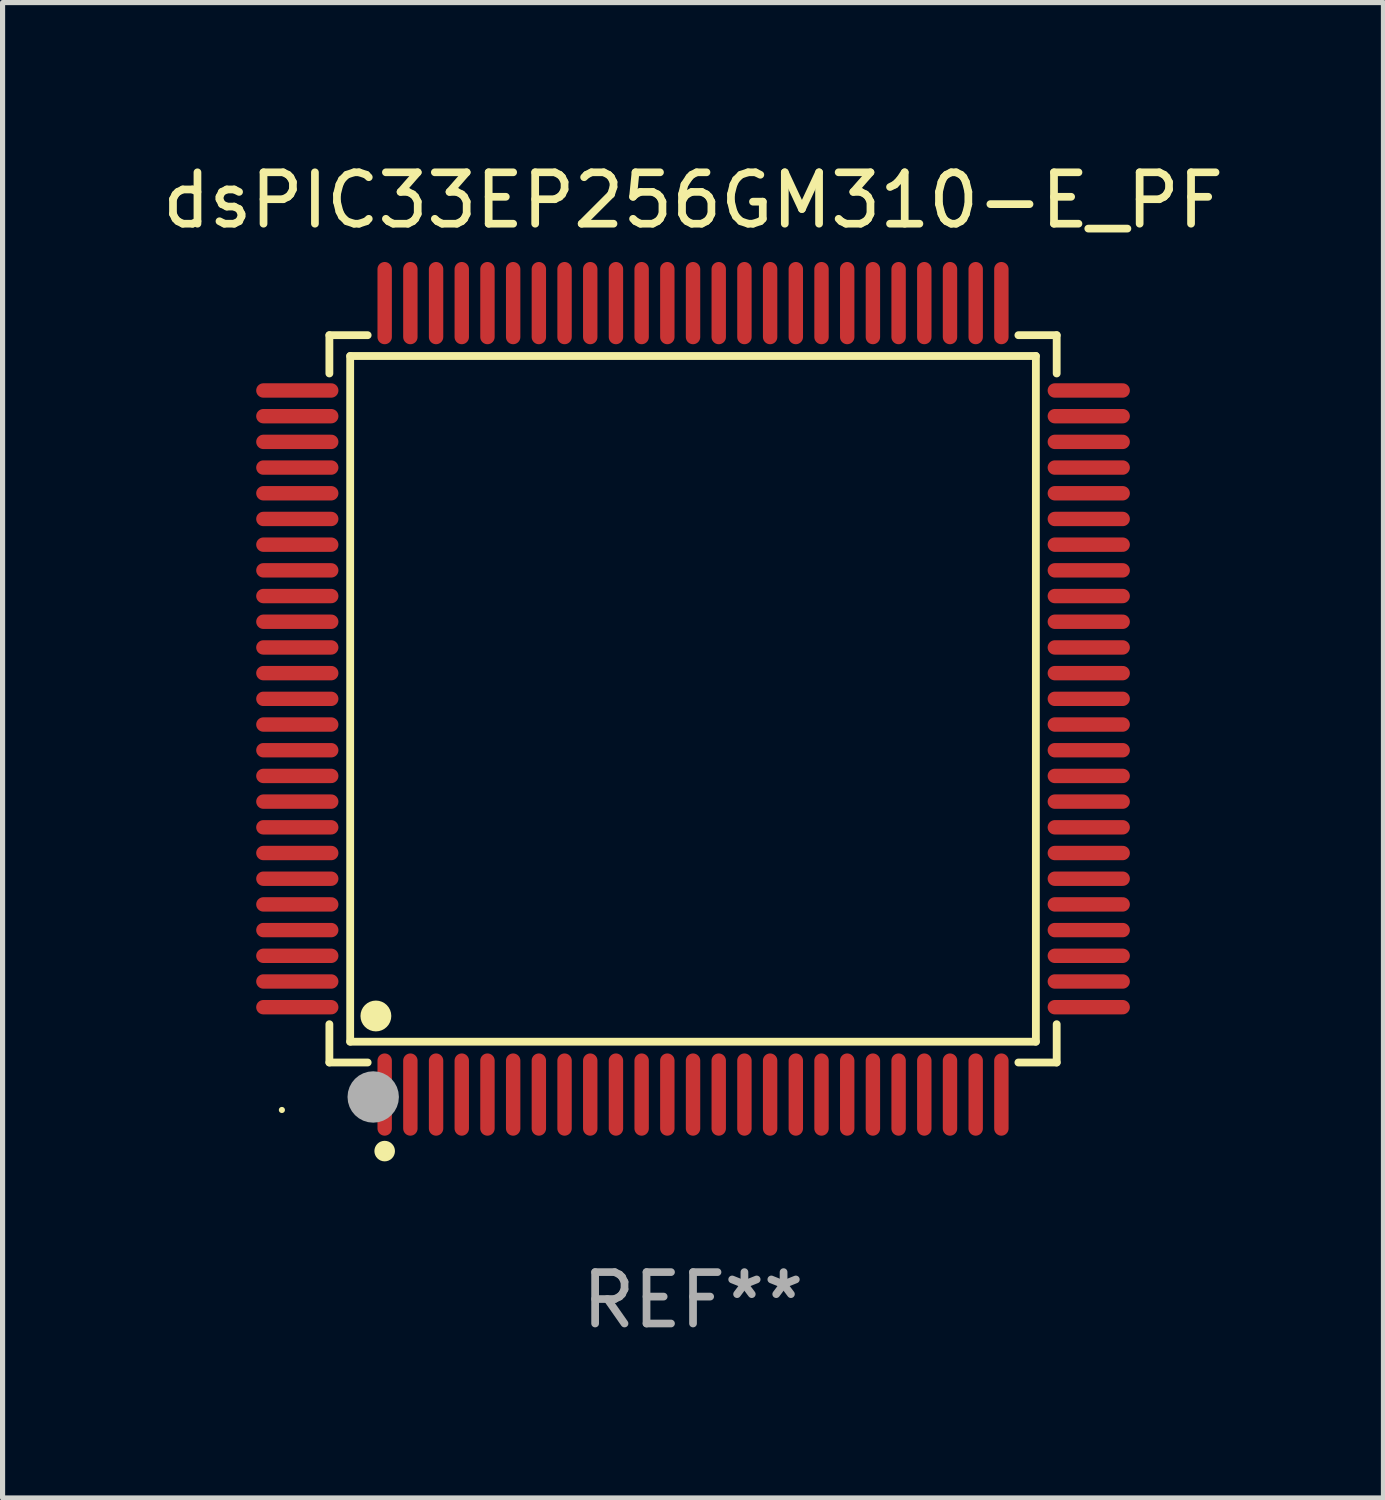
<source format=kicad_pcb>
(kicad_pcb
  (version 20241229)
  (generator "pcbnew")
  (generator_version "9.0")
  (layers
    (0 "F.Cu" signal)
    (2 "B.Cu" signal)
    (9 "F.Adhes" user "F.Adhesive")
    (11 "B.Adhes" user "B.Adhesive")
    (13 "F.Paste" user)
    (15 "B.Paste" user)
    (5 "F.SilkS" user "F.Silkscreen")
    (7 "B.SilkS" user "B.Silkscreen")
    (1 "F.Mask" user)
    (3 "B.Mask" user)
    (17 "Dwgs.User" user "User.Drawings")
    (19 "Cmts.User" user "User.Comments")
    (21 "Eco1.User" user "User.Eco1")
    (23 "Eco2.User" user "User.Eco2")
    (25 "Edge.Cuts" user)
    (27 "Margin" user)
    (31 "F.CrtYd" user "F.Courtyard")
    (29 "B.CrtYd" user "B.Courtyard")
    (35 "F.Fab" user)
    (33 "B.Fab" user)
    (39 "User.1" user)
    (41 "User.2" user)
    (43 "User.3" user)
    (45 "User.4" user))
  (footprint "dsPIC33EP256GM310-E_PF"
    (layer "F.Cu")
    (at 10.435 10.548)
    (property "Reference" "dsPIC33EP256GM310-E_PF" (at 0 -9.7 0) (layer "F.SilkS") (effects (font (size 1 1) (thickness 0.15))))
    (attr through_hole)
    (fp_line (start -7.076 -7.076) (end -6.331 -7.076) (stroke (width 0.152) (type solid)) (layer "F.SilkS"))
    (fp_line (start -7.076 -6.331) (end -7.076 -7.076) (stroke (width 0.152) (type solid)) (layer "F.SilkS"))
    (fp_line (start -7.076 6.331) (end -7.076 7.076) (stroke (width 0.152) (type solid)) (layer "F.SilkS"))
    (fp_line (start -7.076 7.076) (end -6.331 7.076) (stroke (width 0.152) (type solid)) (layer "F.SilkS"))
    (fp_line (start -6.671 -6.671) (end 6.671 -6.671) (stroke (width 0.152) (type solid)) (layer "F.SilkS"))
    (fp_line (start -6.671 6.671) (end -6.671 -6.671) (stroke (width 0.152) (type solid)) (layer "F.SilkS"))
    (fp_line (start 6.671 -6.671) (end 6.671 6.671) (stroke (width 0.152) (type solid)) (layer "F.SilkS"))
    (fp_line (start 6.671 6.671) (end -6.671 6.671) (stroke (width 0.152) (type solid)) (layer "F.SilkS"))
    (fp_line (start 7.076 -7.076) (end 6.331 -7.076) (stroke (width 0.152) (type solid)) (layer "F.SilkS"))
    (fp_line (start 7.076 -6.331) (end 7.076 -7.076) (stroke (width 0.152) (type solid)) (layer "F.SilkS"))
    (fp_line (start 7.076 6.331) (end 7.076 7.076) (stroke (width 0.152) (type solid)) (layer "F.SilkS"))
    (fp_line (start 7.076 7.076) (end 6.331 7.076) (stroke (width 0.152) (type solid)) (layer "F.SilkS"))
    (fp_circle (center -8 8) (end -7.97 8) (stroke (width 0.06) (type solid)) (fill no) (layer "F.SilkS"))
    (fp_circle (center -6.171 6.171) (end -6.021 6.171) (stroke (width 0.3) (type solid)) (fill no) (layer "F.SilkS"))
    (fp_circle (center -6 8.8) (end -5.9 8.8) (stroke (width 0.2) (type solid)) (fill no) (layer "F.SilkS"))
    (fp_circle (center -6.223 7.747) (end -5.973 7.747) (stroke (width 0.5) (type solid)) (fill no) (layer "F.Fab"))
    (fp_text user "REF**" (at 0 11.7 0) (layer "F.Fab") (effects (font (size 1 1) (thickness 0.15))))
    (pad "1" smd oval (at -6 7.7) (size 0.28 1.6) (layers "F.Cu" "F.Mask" "F.Paste"))
    (pad "2" smd oval (at -5.5 7.7) (size 0.28 1.6) (layers "F.Cu" "F.Mask" "F.Paste"))
    (pad "3" smd oval (at -5 7.7) (size 0.28 1.6) (layers "F.Cu" "F.Mask" "F.Paste"))
    (pad "4" smd oval (at -4.5 7.7) (size 0.28 1.6) (layers "F.Cu" "F.Mask" "F.Paste"))
    (pad "5" smd oval (at -4 7.7) (size 0.28 1.6) (layers "F.Cu" "F.Mask" "F.Paste"))
    (pad "6" smd oval (at -3.5 7.7) (size 0.28 1.6) (layers "F.Cu" "F.Mask" "F.Paste"))
    (pad "7" smd oval (at -3 7.7) (size 0.28 1.6) (layers "F.Cu" "F.Mask" "F.Paste"))
    (pad "8" smd oval (at -2.5 7.7) (size 0.28 1.6) (layers "F.Cu" "F.Mask" "F.Paste"))
    (pad "9" smd oval (at -2 7.7) (size 0.28 1.6) (layers "F.Cu" "F.Mask" "F.Paste"))
    (pad "10" smd oval (at -1.5 7.7) (size 0.28 1.6) (layers "F.Cu" "F.Mask" "F.Paste"))
    (pad "11" smd oval (at -1 7.7) (size 0.28 1.6) (layers "F.Cu" "F.Mask" "F.Paste"))
    (pad "12" smd oval (at -0.5 7.7) (size 0.28 1.6) (layers "F.Cu" "F.Mask" "F.Paste"))
    (pad "13" smd oval (at 0 7.7) (size 0.28 1.6) (layers "F.Cu" "F.Mask" "F.Paste"))
    (pad "14" smd oval (at 0.5 7.7) (size 0.28 1.6) (layers "F.Cu" "F.Mask" "F.Paste"))
    (pad "15" smd oval (at 1 7.7) (size 0.28 1.6) (layers "F.Cu" "F.Mask" "F.Paste"))
    (pad "16" smd oval (at 1.5 7.7) (size 0.28 1.6) (layers "F.Cu" "F.Mask" "F.Paste"))
    (pad "17" smd oval (at 2 7.7) (size 0.28 1.6) (layers "F.Cu" "F.Mask" "F.Paste"))
    (pad "18" smd oval (at 2.5 7.7) (size 0.28 1.6) (layers "F.Cu" "F.Mask" "F.Paste"))
    (pad "19" smd oval (at 3 7.7) (size 0.28 1.6) (layers "F.Cu" "F.Mask" "F.Paste"))
    (pad "20" smd oval (at 3.5 7.7) (size 0.28 1.6) (layers "F.Cu" "F.Mask" "F.Paste"))
    (pad "21" smd oval (at 4 7.7) (size 0.28 1.6) (layers "F.Cu" "F.Mask" "F.Paste"))
    (pad "22" smd oval (at 4.5 7.7) (size 0.28 1.6) (layers "F.Cu" "F.Mask" "F.Paste"))
    (pad "23" smd oval (at 5 7.7) (size 0.28 1.6) (layers "F.Cu" "F.Mask" "F.Paste"))
    (pad "24" smd oval (at 5.5 7.7) (size 0.28 1.6) (layers "F.Cu" "F.Mask" "F.Paste"))
    (pad "25" smd oval (at 6 7.7) (size 0.28 1.6) (layers "F.Cu" "F.Mask" "F.Paste"))
    (pad "26" smd oval (at 7.7 6) (size 1.6 0.28) (layers "F.Cu" "F.Mask" "F.Paste"))
    (pad "27" smd oval (at 7.7 5.5) (size 1.6 0.28) (layers "F.Cu" "F.Mask" "F.Paste"))
    (pad "28" smd oval (at 7.7 5) (size 1.6 0.28) (layers "F.Cu" "F.Mask" "F.Paste"))
    (pad "29" smd oval (at 7.7 4.5) (size 1.6 0.28) (layers "F.Cu" "F.Mask" "F.Paste"))
    (pad "30" smd oval (at 7.7 4) (size 1.6 0.28) (layers "F.Cu" "F.Mask" "F.Paste"))
    (pad "31" smd oval (at 7.7 3.5) (size 1.6 0.28) (layers "F.Cu" "F.Mask" "F.Paste"))
    (pad "32" smd oval (at 7.7 3) (size 1.6 0.28) (layers "F.Cu" "F.Mask" "F.Paste"))
    (pad "33" smd oval (at 7.7 2.5) (size 1.6 0.28) (layers "F.Cu" "F.Mask" "F.Paste"))
    (pad "34" smd oval (at 7.7 2) (size 1.6 0.28) (layers "F.Cu" "F.Mask" "F.Paste"))
    (pad "35" smd oval (at 7.7 1.5) (size 1.6 0.28) (layers "F.Cu" "F.Mask" "F.Paste"))
    (pad "36" smd oval (at 7.7 1) (size 1.6 0.28) (layers "F.Cu" "F.Mask" "F.Paste"))
    (pad "37" smd oval (at 7.7 0.5) (size 1.6 0.28) (layers "F.Cu" "F.Mask" "F.Paste"))
    (pad "38" smd oval (at 7.7 0) (size 1.6 0.28) (layers "F.Cu" "F.Mask" "F.Paste"))
    (pad "39" smd oval (at 7.7 -0.5) (size 1.6 0.28) (layers "F.Cu" "F.Mask" "F.Paste"))
    (pad "40" smd oval (at 7.7 -1) (size 1.6 0.28) (layers "F.Cu" "F.Mask" "F.Paste"))
    (pad "41" smd oval (at 7.7 -1.5) (size 1.6 0.28) (layers "F.Cu" "F.Mask" "F.Paste"))
    (pad "42" smd oval (at 7.7 -2) (size 1.6 0.28) (layers "F.Cu" "F.Mask" "F.Paste"))
    (pad "43" smd oval (at 7.7 -2.5) (size 1.6 0.28) (layers "F.Cu" "F.Mask" "F.Paste"))
    (pad "44" smd oval (at 7.7 -3) (size 1.6 0.28) (layers "F.Cu" "F.Mask" "F.Paste"))
    (pad "45" smd oval (at 7.7 -3.5) (size 1.6 0.28) (layers "F.Cu" "F.Mask" "F.Paste"))
    (pad "46" smd oval (at 7.7 -4) (size 1.6 0.28) (layers "F.Cu" "F.Mask" "F.Paste"))
    (pad "47" smd oval (at 7.7 -4.5) (size 1.6 0.28) (layers "F.Cu" "F.Mask" "F.Paste"))
    (pad "48" smd oval (at 7.7 -5) (size 1.6 0.28) (layers "F.Cu" "F.Mask" "F.Paste"))
    (pad "49" smd oval (at 7.7 -5.5) (size 1.6 0.28) (layers "F.Cu" "F.Mask" "F.Paste"))
    (pad "50" smd oval (at 7.7 -6) (size 1.6 0.28) (layers "F.Cu" "F.Mask" "F.Paste"))
    (pad "51" smd oval (at 6 -7.7) (size 0.28 1.6) (layers "F.Cu" "F.Mask" "F.Paste"))
    (pad "52" smd oval (at 5.5 -7.7) (size 0.28 1.6) (layers "F.Cu" "F.Mask" "F.Paste"))
    (pad "53" smd oval (at 5 -7.7) (size 0.28 1.6) (layers "F.Cu" "F.Mask" "F.Paste"))
    (pad "54" smd oval (at 4.5 -7.7) (size 0.28 1.6) (layers "F.Cu" "F.Mask" "F.Paste"))
    (pad "55" smd oval (at 4 -7.7) (size 0.28 1.6) (layers "F.Cu" "F.Mask" "F.Paste"))
    (pad "56" smd oval (at 3.5 -7.7) (size 0.28 1.6) (layers "F.Cu" "F.Mask" "F.Paste"))
    (pad "57" smd oval (at 3 -7.7) (size 0.28 1.6) (layers "F.Cu" "F.Mask" "F.Paste"))
    (pad "58" smd oval (at 2.5 -7.7) (size 0.28 1.6) (layers "F.Cu" "F.Mask" "F.Paste"))
    (pad "59" smd oval (at 2 -7.7) (size 0.28 1.6) (layers "F.Cu" "F.Mask" "F.Paste"))
    (pad "60" smd oval (at 1.5 -7.7) (size 0.28 1.6) (layers "F.Cu" "F.Mask" "F.Paste"))
    (pad "61" smd oval (at 1 -7.7) (size 0.28 1.6) (layers "F.Cu" "F.Mask" "F.Paste"))
    (pad "62" smd oval (at 0.5 -7.7) (size 0.28 1.6) (layers "F.Cu" "F.Mask" "F.Paste"))
    (pad "63" smd oval (at 0 -7.7) (size 0.28 1.6) (layers "F.Cu" "F.Mask" "F.Paste"))
    (pad "64" smd oval (at -0.5 -7.7) (size 0.28 1.6) (layers "F.Cu" "F.Mask" "F.Paste"))
    (pad "65" smd oval (at -1 -7.7) (size 0.28 1.6) (layers "F.Cu" "F.Mask" "F.Paste"))
    (pad "66" smd oval (at -1.5 -7.7) (size 0.28 1.6) (layers "F.Cu" "F.Mask" "F.Paste"))
    (pad "67" smd oval (at -2 -7.7) (size 0.28 1.6) (layers "F.Cu" "F.Mask" "F.Paste"))
    (pad "68" smd oval (at -2.5 -7.7) (size 0.28 1.6) (layers "F.Cu" "F.Mask" "F.Paste"))
    (pad "69" smd oval (at -3 -7.7) (size 0.28 1.6) (layers "F.Cu" "F.Mask" "F.Paste"))
    (pad "70" smd oval (at -3.5 -7.7) (size 0.28 1.6) (layers "F.Cu" "F.Mask" "F.Paste"))
    (pad "71" smd oval (at -4 -7.7) (size 0.28 1.6) (layers "F.Cu" "F.Mask" "F.Paste"))
    (pad "72" smd oval (at -4.5 -7.7) (size 0.28 1.6) (layers "F.Cu" "F.Mask" "F.Paste"))
    (pad "73" smd oval (at -5 -7.7) (size 0.28 1.6) (layers "F.Cu" "F.Mask" "F.Paste"))
    (pad "74" smd oval (at -5.5 -7.7) (size 0.28 1.6) (layers "F.Cu" "F.Mask" "F.Paste"))
    (pad "75" smd oval (at -6 -7.7) (size 0.28 1.6) (layers "F.Cu" "F.Mask" "F.Paste"))
    (pad "76" smd oval (at -7.7 -6) (size 1.6 0.28) (layers "F.Cu" "F.Mask" "F.Paste"))
    (pad "77" smd oval (at -7.7 -5.5) (size 1.6 0.28) (layers "F.Cu" "F.Mask" "F.Paste"))
    (pad "78" smd oval (at -7.7 -5) (size 1.6 0.28) (layers "F.Cu" "F.Mask" "F.Paste"))
    (pad "79" smd oval (at -7.7 -4.5) (size 1.6 0.28) (layers "F.Cu" "F.Mask" "F.Paste"))
    (pad "80" smd oval (at -7.7 -4) (size 1.6 0.28) (layers "F.Cu" "F.Mask" "F.Paste"))
    (pad "81" smd oval (at -7.7 -3.5) (size 1.6 0.28) (layers "F.Cu" "F.Mask" "F.Paste"))
    (pad "82" smd oval (at -7.7 -3) (size 1.6 0.28) (layers "F.Cu" "F.Mask" "F.Paste"))
    (pad "83" smd oval (at -7.7 -2.5) (size 1.6 0.28) (layers "F.Cu" "F.Mask" "F.Paste"))
    (pad "84" smd oval (at -7.7 -2) (size 1.6 0.28) (layers "F.Cu" "F.Mask" "F.Paste"))
    (pad "85" smd oval (at -7.7 -1.5) (size 1.6 0.28) (layers "F.Cu" "F.Mask" "F.Paste"))
    (pad "86" smd oval (at -7.7 -1) (size 1.6 0.28) (layers "F.Cu" "F.Mask" "F.Paste"))
    (pad "87" smd oval (at -7.7 -0.5) (size 1.6 0.28) (layers "F.Cu" "F.Mask" "F.Paste"))
    (pad "88" smd oval (at -7.7 0) (size 1.6 0.28) (layers "F.Cu" "F.Mask" "F.Paste"))
    (pad "89" smd oval (at -7.7 0.5) (size 1.6 0.28) (layers "F.Cu" "F.Mask" "F.Paste"))
    (pad "90" smd oval (at -7.7 1) (size 1.6 0.28) (layers "F.Cu" "F.Mask" "F.Paste"))
    (pad "91" smd oval (at -7.7 1.5) (size 1.6 0.28) (layers "F.Cu" "F.Mask" "F.Paste"))
    (pad "92" smd oval (at -7.7 2) (size 1.6 0.28) (layers "F.Cu" "F.Mask" "F.Paste"))
    (pad "93" smd oval (at -7.7 2.5) (size 1.6 0.28) (layers "F.Cu" "F.Mask" "F.Paste"))
    (pad "94" smd oval (at -7.7 3) (size 1.6 0.28) (layers "F.Cu" "F.Mask" "F.Paste"))
    (pad "95" smd oval (at -7.7 3.5) (size 1.6 0.28) (layers "F.Cu" "F.Mask" "F.Paste"))
    (pad "96" smd oval (at -7.7 4) (size 1.6 0.28) (layers "F.Cu" "F.Mask" "F.Paste"))
    (pad "97" smd oval (at -7.7 4.5) (size 1.6 0.28) (layers "F.Cu" "F.Mask" "F.Paste"))
    (pad "98" smd oval (at -7.7 5) (size 1.6 0.28) (layers "F.Cu" "F.Mask" "F.Paste"))
    (pad "99" smd oval (at -7.7 5.5) (size 1.6 0.28) (layers "F.Cu" "F.Mask" "F.Paste"))
    (pad "100" smd oval (at -7.7 6) (size 1.6 0.28) (layers "F.Cu" "F.Mask" "F.Paste")))
  (gr_rect
    (start -3 -3)
    (end 23.869 26.097)
    (stroke (width 0.1) (type default))
    (fill no)
    (layer "Edge.Cuts")))
</source>
